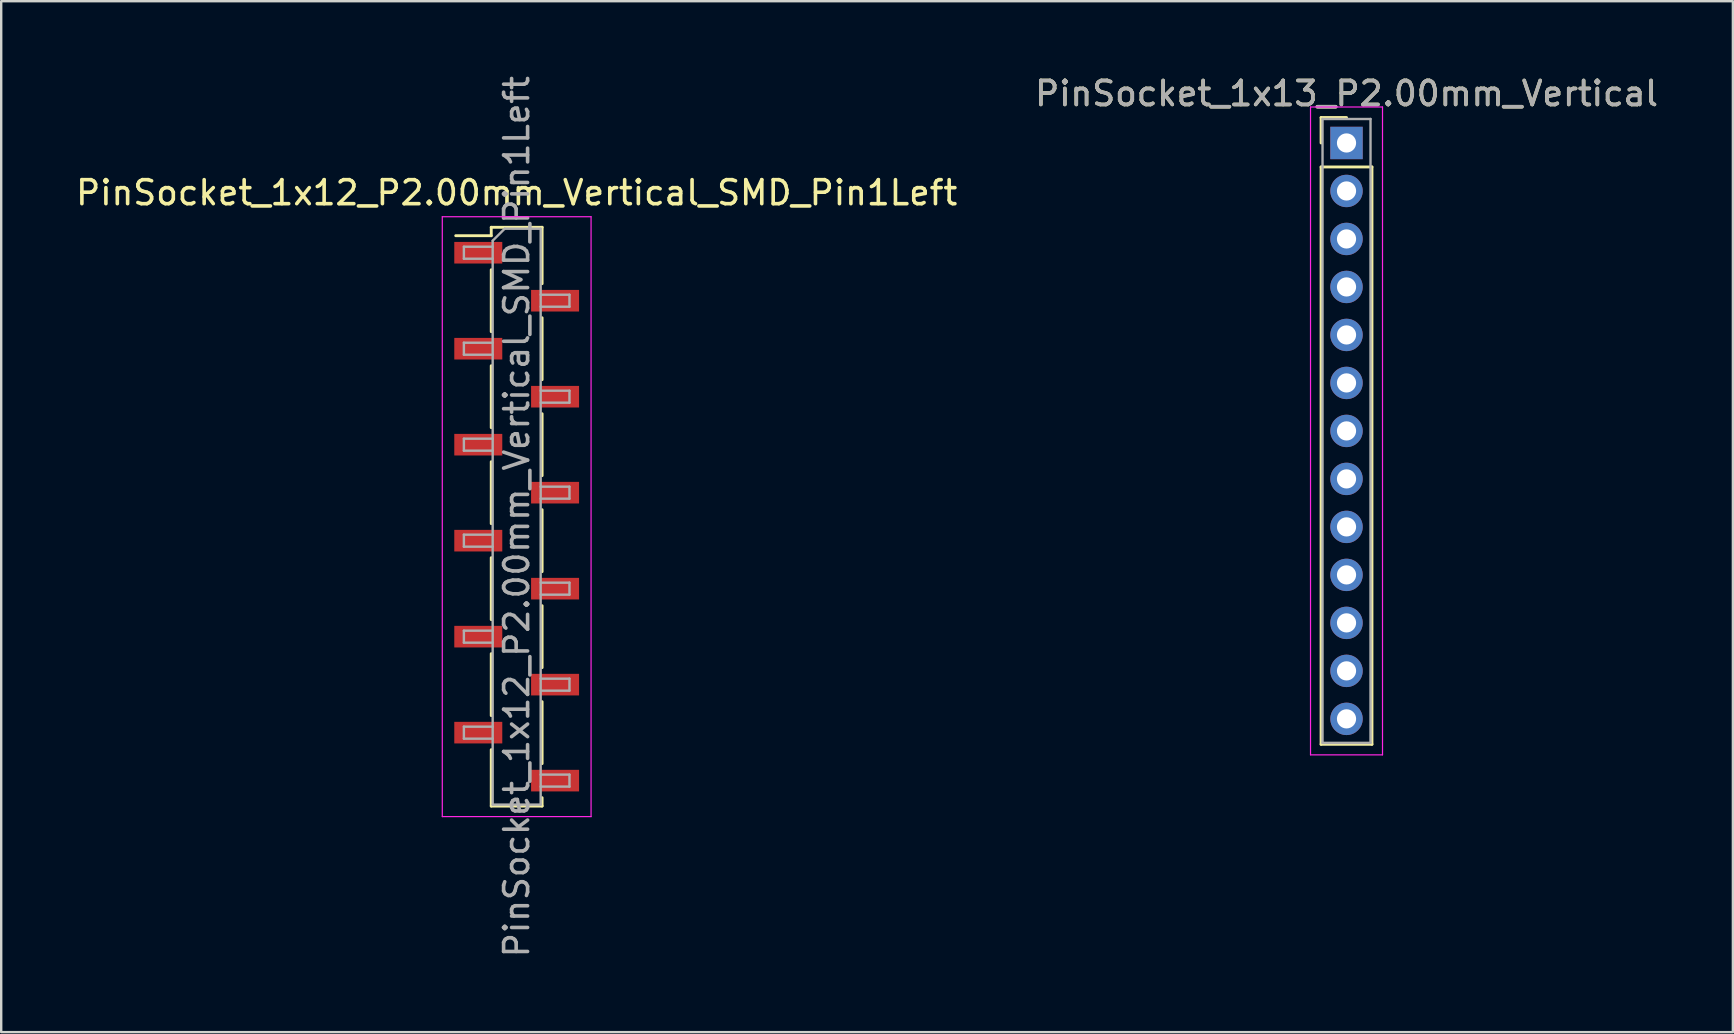
<source format=kicad_pcb>
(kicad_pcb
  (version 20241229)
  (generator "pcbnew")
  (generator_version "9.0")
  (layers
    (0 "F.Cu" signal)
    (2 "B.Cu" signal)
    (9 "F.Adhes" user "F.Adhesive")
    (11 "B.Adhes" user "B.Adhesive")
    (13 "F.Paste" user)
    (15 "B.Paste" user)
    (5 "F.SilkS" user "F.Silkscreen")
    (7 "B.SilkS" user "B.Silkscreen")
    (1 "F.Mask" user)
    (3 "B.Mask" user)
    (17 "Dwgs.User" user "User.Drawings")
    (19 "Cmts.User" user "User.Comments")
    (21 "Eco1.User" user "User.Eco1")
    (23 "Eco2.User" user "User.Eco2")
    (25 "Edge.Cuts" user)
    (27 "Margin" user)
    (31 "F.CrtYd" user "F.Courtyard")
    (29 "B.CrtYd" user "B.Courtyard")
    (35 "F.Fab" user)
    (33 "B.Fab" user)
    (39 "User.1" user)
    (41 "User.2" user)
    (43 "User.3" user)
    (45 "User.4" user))
  (footprint "PinSocket_1x13_P2.00mm_Vertical"
    (layer "F.Cu")
    (at 53.065 2.908)
    (property "Reference" "PinSocket_1x13_P2.00mm_Vertical" (at 0 -2.06 0) (layer "F.SilkS") (effects (font (size 1 1) (thickness 0.15))))
    (attr through_hole)
    (fp_line (start -1.06 -1.06) (end 0 -1.06) (stroke (width 0.12) (type solid)) (layer "F.SilkS"))
    (fp_line (start -1.06 0) (end -1.06 -1.06) (stroke (width 0.12) (type solid)) (layer "F.SilkS"))
    (fp_line (start -1.06 1) (end -1.06 25.06) (stroke (width 0.12) (type solid)) (layer "F.SilkS"))
    (fp_line (start -1.06 25.06) (end 1.06 25.06) (stroke (width 0.12) (type solid)) (layer "F.SilkS"))
    (fp_line (start 1.06 1) (end -1.06 1) (stroke (width 0.12) (type solid)) (layer "F.SilkS"))
    (fp_line (start 1.06 25.06) (end 1.06 1) (stroke (width 0.12) (type solid)) (layer "F.SilkS"))
    (fp_line (start -1.5 -1.5) (end -1.5 25.5) (stroke (width 0.05) (type solid)) (layer "F.CrtYd"))
    (fp_line (start -1.5 25.5) (end 1.5 25.5) (stroke (width 0.05) (type solid)) (layer "F.CrtYd"))
    (fp_line (start 1.5 -1.5) (end -1.5 -1.5) (stroke (width 0.05) (type solid)) (layer "F.CrtYd"))
    (fp_line (start 1.5 25.5) (end 1.5 -1.5) (stroke (width 0.05) (type solid)) (layer "F.CrtYd"))
    (fp_line (start -1 -1) (end -1 25) (stroke (width 0.1) (type solid)) (layer "F.Fab"))
    (fp_line (start -1 25) (end 1 25) (stroke (width 0.1) (type solid)) (layer "F.Fab"))
    (fp_line (start 1 -1) (end -1 -1) (stroke (width 0.1) (type solid)) (layer "F.Fab"))
    (fp_line (start 1 25) (end 1 -1) (stroke (width 0.1) (type solid)) (layer "F.Fab"))
    (fp_text user "${REFERENCE}" (at 0 -2.06 0) (layer "F.Fab") (effects (font (size 1 1) (thickness 0.15))))
    (pad "1" thru_hole rect (at 0 0) (size 1.35 1.35) (drill 0.8) (layers "*.Cu" "*.Mask"))
    (pad "2" thru_hole oval (at 0 2) (size 1.35 1.35) (drill 0.8) (layers "*.Cu" "*.Mask"))
    (pad "3" thru_hole oval (at 0 4) (size 1.35 1.35) (drill 0.8) (layers "*.Cu" "*.Mask"))
    (pad "4" thru_hole oval (at 0 6) (size 1.35 1.35) (drill 0.8) (layers "*.Cu" "*.Mask"))
    (pad "5" thru_hole oval (at 0 8) (size 1.35 1.35) (drill 0.8) (layers "*.Cu" "*.Mask"))
    (pad "6" thru_hole oval (at 0 10) (size 1.35 1.35) (drill 0.8) (layers "*.Cu" "*.Mask"))
    (pad "7" thru_hole oval (at 0 12) (size 1.35 1.35) (drill 0.8) (layers "*.Cu" "*.Mask"))
    (pad "8" thru_hole oval (at 0 14) (size 1.35 1.35) (drill 0.8) (layers "*.Cu" "*.Mask"))
    (pad "9" thru_hole oval (at 0 16) (size 1.35 1.35) (drill 0.8) (layers "*.Cu" "*.Mask"))
    (pad "10" thru_hole oval (at 0 18) (size 1.35 1.35) (drill 0.8) (layers "*.Cu" "*.Mask"))
    (pad "11" thru_hole oval (at 0 20) (size 1.35 1.35) (drill 0.8) (layers "*.Cu" "*.Mask"))
    (pad "12" thru_hole oval (at 0 22) (size 1.35 1.35) (drill 0.8) (layers "*.Cu" "*.Mask"))
    (pad "13" thru_hole oval (at 0 24) (size 1.35 1.35) (drill 0.8) (layers "*.Cu" "*.Mask")))
  (footprint "PinSocket_1x12_P2.00mm_Vertical_SMD_Pin1Left"
    (layer "F.Cu")
    (at 18.482 18.482)
    (property "Reference" "PinSocket_1x12_P2.00mm_Vertical_SMD_Pin1Left" (at 0 -13.5 0) (layer "F.SilkS") (effects (font (size 1 1) (thickness 0.15))))
    (attr smd)
    (fp_line (start -2.54 -11.71) (end -1.06 -11.71) (stroke (width 0.12) (type solid)) (layer "F.SilkS"))
    (fp_line (start -1.06 -12.06) (end -1.06 -11.71) (stroke (width 0.12) (type solid)) (layer "F.SilkS"))
    (fp_line (start -1.06 -12.06) (end 1.06 -12.06) (stroke (width 0.12) (type solid)) (layer "F.SilkS"))
    (fp_line (start -1.06 -10.29) (end -1.06 -7.71) (stroke (width 0.12) (type solid)) (layer "F.SilkS"))
    (fp_line (start -1.06 -6.29) (end -1.06 -3.71) (stroke (width 0.12) (type solid)) (layer "F.SilkS"))
    (fp_line (start -1.06 -2.29) (end -1.06 0.29) (stroke (width 0.12) (type solid)) (layer "F.SilkS"))
    (fp_line (start -1.06 1.71) (end -1.06 4.29) (stroke (width 0.12) (type solid)) (layer "F.SilkS"))
    (fp_line (start -1.06 5.71) (end -1.06 8.29) (stroke (width 0.12) (type solid)) (layer "F.SilkS"))
    (fp_line (start -1.06 9.71) (end -1.06 12.06) (stroke (width 0.12) (type solid)) (layer "F.SilkS"))
    (fp_line (start -1.06 12.06) (end 1.06 12.06) (stroke (width 0.12) (type solid)) (layer "F.SilkS"))
    (fp_line (start 1.06 -12.06) (end 1.06 -9.71) (stroke (width 0.12) (type solid)) (layer "F.SilkS"))
    (fp_line (start 1.06 -8.29) (end 1.06 -5.71) (stroke (width 0.12) (type solid)) (layer "F.SilkS"))
    (fp_line (start 1.06 -4.29) (end 1.06 -1.71) (stroke (width 0.12) (type solid)) (layer "F.SilkS"))
    (fp_line (start 1.06 -0.29) (end 1.06 2.29) (stroke (width 0.12) (type solid)) (layer "F.SilkS"))
    (fp_line (start 1.06 3.71) (end 1.06 6.29) (stroke (width 0.12) (type solid)) (layer "F.SilkS"))
    (fp_line (start 1.06 7.71) (end 1.06 10.29) (stroke (width 0.12) (type solid)) (layer "F.SilkS"))
    (fp_line (start 1.06 11.71) (end 1.06 12.06) (stroke (width 0.12) (type solid)) (layer "F.SilkS"))
    (fp_line (start -3.1 -12.5) (end 3.1 -12.5) (stroke (width 0.05) (type solid)) (layer "F.CrtYd"))
    (fp_line (start -3.1 12.5) (end -3.1 -12.5) (stroke (width 0.05) (type solid)) (layer "F.CrtYd"))
    (fp_line (start 3.1 -12.5) (end 3.1 12.5) (stroke (width 0.05) (type solid)) (layer "F.CrtYd"))
    (fp_line (start 3.1 12.5) (end -3.1 12.5) (stroke (width 0.05) (type solid)) (layer "F.CrtYd"))
    (fp_line (start -2.2 -11.25) (end -1 -11.25) (stroke (width 0.1) (type solid)) (layer "F.Fab"))
    (fp_line (start -2.2 -10.75) (end -2.2 -11.25) (stroke (width 0.1) (type solid)) (layer "F.Fab"))
    (fp_line (start -2.2 -7.25) (end -1 -7.25) (stroke (width 0.1) (type solid)) (layer "F.Fab"))
    (fp_line (start -2.2 -6.75) (end -2.2 -7.25) (stroke (width 0.1) (type solid)) (layer "F.Fab"))
    (fp_line (start -2.2 -3.25) (end -1 -3.25) (stroke (width 0.1) (type solid)) (layer "F.Fab"))
    (fp_line (start -2.2 -2.75) (end -2.2 -3.25) (stroke (width 0.1) (type solid)) (layer "F.Fab"))
    (fp_line (start -2.2 0.75) (end -1 0.75) (stroke (width 0.1) (type solid)) (layer "F.Fab"))
    (fp_line (start -2.2 1.25) (end -2.2 0.75) (stroke (width 0.1) (type solid)) (layer "F.Fab"))
    (fp_line (start -2.2 4.75) (end -1 4.75) (stroke (width 0.1) (type solid)) (layer "F.Fab"))
    (fp_line (start -2.2 5.25) (end -2.2 4.75) (stroke (width 0.1) (type solid)) (layer "F.Fab"))
    (fp_line (start -2.2 8.75) (end -1 8.75) (stroke (width 0.1) (type solid)) (layer "F.Fab"))
    (fp_line (start -2.2 9.25) (end -2.2 8.75) (stroke (width 0.1) (type solid)) (layer "F.Fab"))
    (fp_line (start -1 -11.5) (end -0.5 -12) (stroke (width 0.1) (type solid)) (layer "F.Fab"))
    (fp_line (start -1 -10.75) (end -2.2 -10.75) (stroke (width 0.1) (type solid)) (layer "F.Fab"))
    (fp_line (start -1 -6.75) (end -2.2 -6.75) (stroke (width 0.1) (type solid)) (layer "F.Fab"))
    (fp_line (start -1 -2.75) (end -2.2 -2.75) (stroke (width 0.1) (type solid)) (layer "F.Fab"))
    (fp_line (start -1 1.25) (end -2.2 1.25) (stroke (width 0.1) (type solid)) (layer "F.Fab"))
    (fp_line (start -1 5.25) (end -2.2 5.25) (stroke (width 0.1) (type solid)) (layer "F.Fab"))
    (fp_line (start -1 9.25) (end -2.2 9.25) (stroke (width 0.1) (type solid)) (layer "F.Fab"))
    (fp_line (start -1 12) (end -1 -11.5) (stroke (width 0.1) (type solid)) (layer "F.Fab"))
    (fp_line (start -0.5 -12) (end 1 -12) (stroke (width 0.1) (type solid)) (layer "F.Fab"))
    (fp_line (start 1 -12) (end 1 12) (stroke (width 0.1) (type solid)) (layer "F.Fab"))
    (fp_line (start 1 -9.25) (end 2.2 -9.25) (stroke (width 0.1) (type solid)) (layer "F.Fab"))
    (fp_line (start 1 -5.25) (end 2.2 -5.25) (stroke (width 0.1) (type solid)) (layer "F.Fab"))
    (fp_line (start 1 -1.25) (end 2.2 -1.25) (stroke (width 0.1) (type solid)) (layer "F.Fab"))
    (fp_line (start 1 2.75) (end 2.2 2.75) (stroke (width 0.1) (type solid)) (layer "F.Fab"))
    (fp_line (start 1 6.75) (end 2.2 6.75) (stroke (width 0.1) (type solid)) (layer "F.Fab"))
    (fp_line (start 1 10.75) (end 2.2 10.75) (stroke (width 0.1) (type solid)) (layer "F.Fab"))
    (fp_line (start 1 12) (end -1 12) (stroke (width 0.1) (type solid)) (layer "F.Fab"))
    (fp_line (start 2.2 -9.25) (end 2.2 -8.75) (stroke (width 0.1) (type solid)) (layer "F.Fab"))
    (fp_line (start 2.2 -8.75) (end 1 -8.75) (stroke (width 0.1) (type solid)) (layer "F.Fab"))
    (fp_line (start 2.2 -5.25) (end 2.2 -4.75) (stroke (width 0.1) (type solid)) (layer "F.Fab"))
    (fp_line (start 2.2 -4.75) (end 1 -4.75) (stroke (width 0.1) (type solid)) (layer "F.Fab"))
    (fp_line (start 2.2 -1.25) (end 2.2 -0.75) (stroke (width 0.1) (type solid)) (layer "F.Fab"))
    (fp_line (start 2.2 -0.75) (end 1 -0.75) (stroke (width 0.1) (type solid)) (layer "F.Fab"))
    (fp_line (start 2.2 2.75) (end 2.2 3.25) (stroke (width 0.1) (type solid)) (layer "F.Fab"))
    (fp_line (start 2.2 3.25) (end 1 3.25) (stroke (width 0.1) (type solid)) (layer "F.Fab"))
    (fp_line (start 2.2 6.75) (end 2.2 7.25) (stroke (width 0.1) (type solid)) (layer "F.Fab"))
    (fp_line (start 2.2 7.25) (end 1 7.25) (stroke (width 0.1) (type solid)) (layer "F.Fab"))
    (fp_line (start 2.2 10.75) (end 2.2 11.25) (stroke (width 0.1) (type solid)) (layer "F.Fab"))
    (fp_line (start 2.2 11.25) (end 1 11.25) (stroke (width 0.1) (type solid)) (layer "F.Fab"))
    (fp_text user "${REFERENCE}" (at 0 0 90) (layer "F.Fab") (effects (font (size 1 1) (thickness 0.15))))
    (pad "1" smd rect (at -1.6 -11) (size 2 0.9) (layers "F.Cu" "F.Mask" "F.Paste"))
    (pad "2" smd rect (at 1.6 -9) (size 2 0.9) (layers "F.Cu" "F.Mask" "F.Paste"))
    (pad "3" smd rect (at -1.6 -7) (size 2 0.9) (layers "F.Cu" "F.Mask" "F.Paste"))
    (pad "4" smd rect (at 1.6 -5) (size 2 0.9) (layers "F.Cu" "F.Mask" "F.Paste"))
    (pad "5" smd rect (at -1.6 -3) (size 2 0.9) (layers "F.Cu" "F.Mask" "F.Paste"))
    (pad "6" smd rect (at 1.6 -1) (size 2 0.9) (layers "F.Cu" "F.Mask" "F.Paste"))
    (pad "7" smd rect (at -1.6 1) (size 2 0.9) (layers "F.Cu" "F.Mask" "F.Paste"))
    (pad "8" smd rect (at 1.6 3) (size 2 0.9) (layers "F.Cu" "F.Mask" "F.Paste"))
    (pad "9" smd rect (at -1.6 5) (size 2 0.9) (layers "F.Cu" "F.Mask" "F.Paste"))
    (pad "10" smd rect (at 1.6 7) (size 2 0.9) (layers "F.Cu" "F.Mask" "F.Paste"))
    (pad "11" smd rect (at -1.6 9) (size 2 0.9) (layers "F.Cu" "F.Mask" "F.Paste"))
    (pad "12" smd rect (at 1.6 11) (size 2 0.9) (layers "F.Cu" "F.Mask" "F.Paste")))
  (gr_rect
    (start -3 -3)
    (end 69.167 39.964)
    (stroke (width 0.1) (type default))
    (fill no)
    (layer "Edge.Cuts")))
</source>
